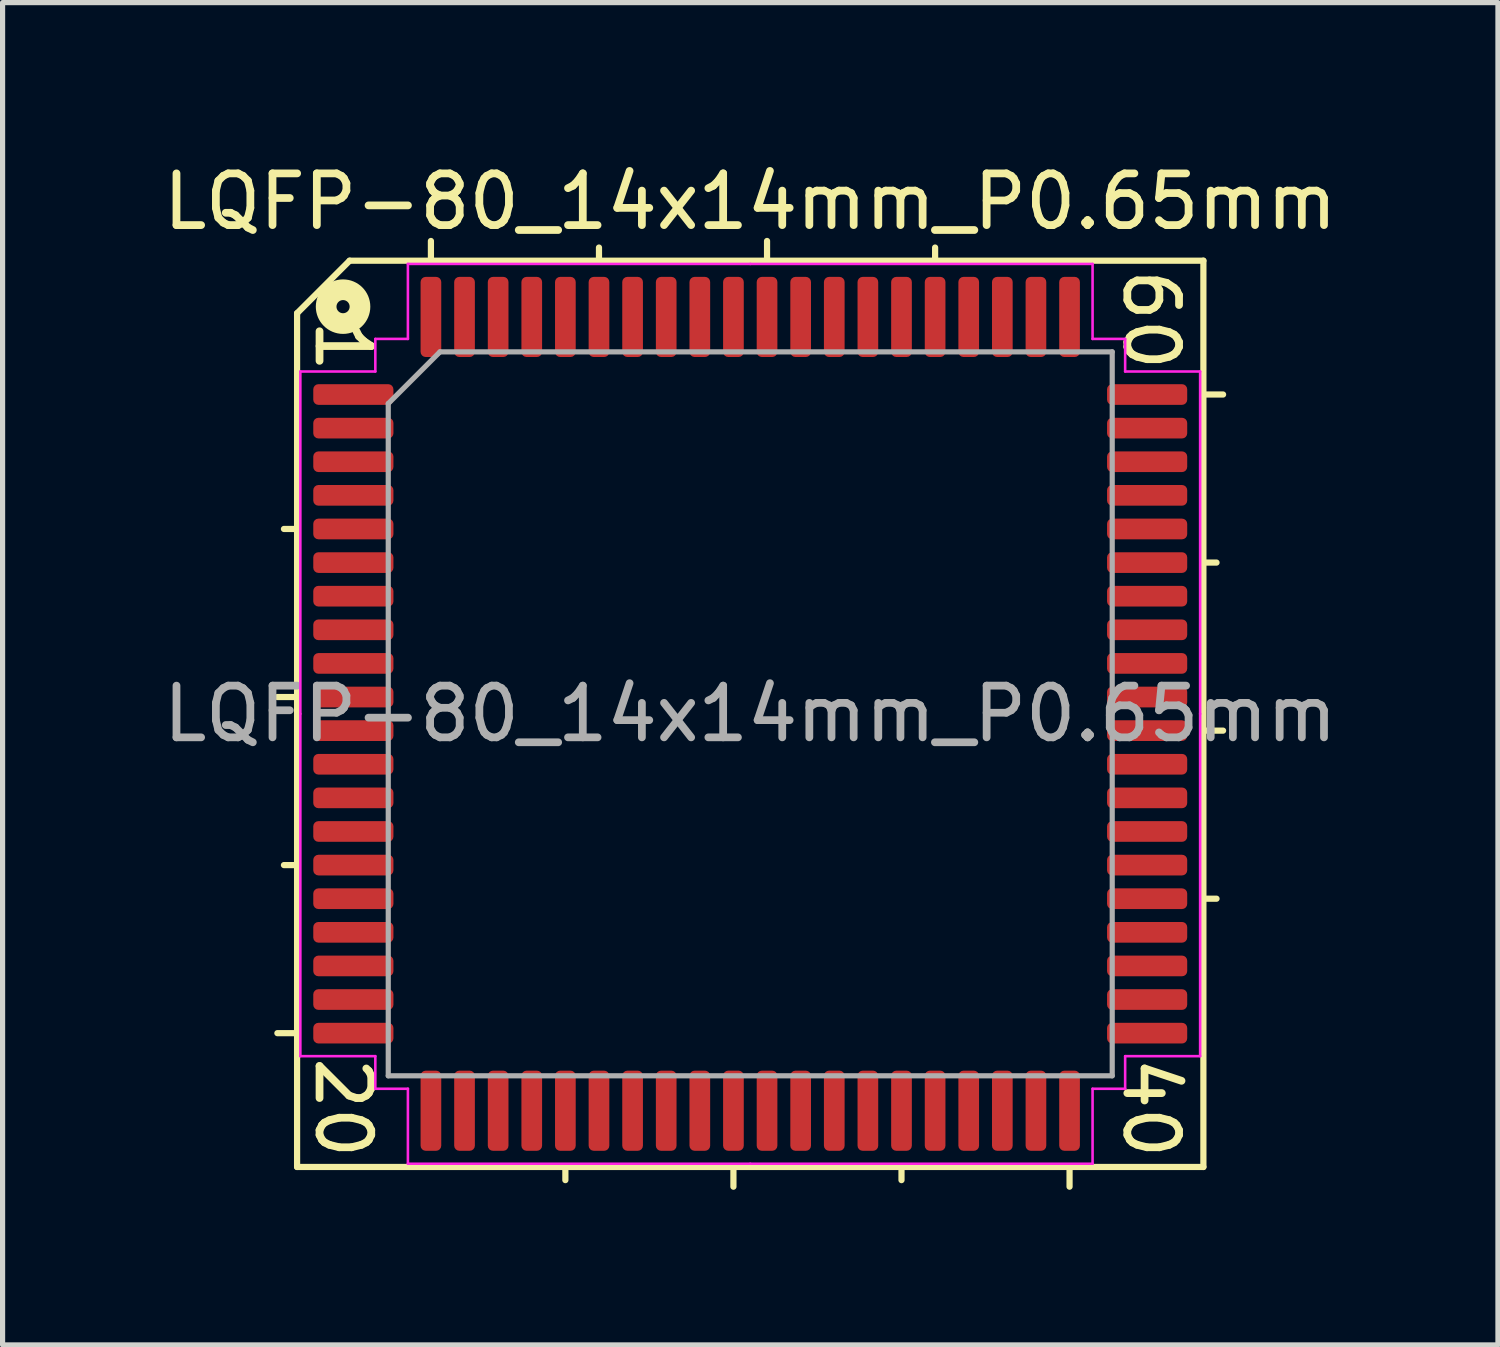
<source format=kicad_pcb>
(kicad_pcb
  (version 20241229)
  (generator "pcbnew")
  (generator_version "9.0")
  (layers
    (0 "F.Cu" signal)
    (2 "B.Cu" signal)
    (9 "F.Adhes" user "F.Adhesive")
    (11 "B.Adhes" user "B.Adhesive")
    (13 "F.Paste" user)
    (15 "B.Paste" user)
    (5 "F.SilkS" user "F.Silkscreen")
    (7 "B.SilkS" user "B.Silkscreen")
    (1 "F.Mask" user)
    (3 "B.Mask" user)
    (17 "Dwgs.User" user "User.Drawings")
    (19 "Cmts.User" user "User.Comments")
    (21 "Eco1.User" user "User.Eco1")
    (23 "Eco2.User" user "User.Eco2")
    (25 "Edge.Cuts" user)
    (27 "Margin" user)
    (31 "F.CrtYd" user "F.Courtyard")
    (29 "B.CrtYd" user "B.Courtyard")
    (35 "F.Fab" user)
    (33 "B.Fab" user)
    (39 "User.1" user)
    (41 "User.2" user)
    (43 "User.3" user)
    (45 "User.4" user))
  (footprint "LQFP-80_14x14mm_P0.65mm"
    (layer "F.Cu")
    (at 11.458 10.754)
    (property "Reference" "LQFP-80_14x14mm_P0.65mm" (at 0 -9.906 0) (layer "F.SilkS") (effects (font (size 1 1) (thickness 0.15))))
    (attr smd)
    (fp_line (start -8.763 -7.747) (end -8.763 8.763) (stroke (width 0.12) (type solid)) (layer "F.SilkS"))
    (fp_line (start -8.763 -3.575) (end -9.017 -3.575) (stroke (width 0.12) (type solid)) (layer "F.SilkS"))
    (fp_line (start -8.763 -0.325) (end -9.144 -0.325) (stroke (width 0.12) (type solid)) (layer "F.SilkS"))
    (fp_line (start -8.763 2.925) (end -9.017 2.925) (stroke (width 0.12) (type solid)) (layer "F.SilkS"))
    (fp_line (start -8.763 6.175) (end -9.144 6.175) (stroke (width 0.12) (type solid)) (layer "F.SilkS"))
    (fp_line (start -8.763 8.763) (end 8.763 8.763) (stroke (width 0.12) (type solid)) (layer "F.SilkS"))
    (fp_line (start -7.747 -8.763) (end -8.763 -7.747) (stroke (width 0.12) (type solid)) (layer "F.SilkS"))
    (fp_line (start -6.175 -8.763) (end -6.175 -9.144) (stroke (width 0.12) (type solid)) (layer "F.SilkS"))
    (fp_line (start -3.575 8.763) (end -3.575 9.017) (stroke (width 0.12) (type solid)) (layer "F.SilkS"))
    (fp_line (start -2.925 -8.763) (end -2.925 -9.017) (stroke (width 0.12) (type solid)) (layer "F.SilkS"))
    (fp_line (start -0.325 8.763) (end -0.325 9.144) (stroke (width 0.12) (type solid)) (layer "F.SilkS"))
    (fp_line (start 0.325 -8.763) (end 0.325 -9.144) (stroke (width 0.12) (type solid)) (layer "F.SilkS"))
    (fp_line (start 2.925 8.763) (end 2.925 9.017) (stroke (width 0.12) (type solid)) (layer "F.SilkS"))
    (fp_line (start 3.575 -8.763) (end 3.575 -9.017) (stroke (width 0.12) (type solid)) (layer "F.SilkS"))
    (fp_line (start 6.175 8.763) (end 6.175 9.144) (stroke (width 0.12) (type solid)) (layer "F.SilkS"))
    (fp_line (start 8.763 -8.763) (end -7.747 -8.763) (stroke (width 0.12) (type solid)) (layer "F.SilkS"))
    (fp_line (start 8.763 -6.175) (end 9.144 -6.175) (stroke (width 0.12) (type solid)) (layer "F.SilkS"))
    (fp_line (start 8.763 -2.925) (end 9.017 -2.925) (stroke (width 0.12) (type solid)) (layer "F.SilkS"))
    (fp_line (start 8.763 0.325) (end 9.144 0.325) (stroke (width 0.12) (type solid)) (layer "F.SilkS"))
    (fp_line (start 8.763 3.575) (end 9.017 3.575) (stroke (width 0.12) (type solid)) (layer "F.SilkS"))
    (fp_line (start 8.763 8.763) (end 8.763 -8.763) (stroke (width 0.12) (type solid)) (layer "F.SilkS"))
    (fp_circle (center -7.874 -7.874) (end -7.747 -7.874) (stroke (width 0.4) (type solid)) (fill no) (layer "F.SilkS"))
    (fp_line (start -8.7 -6.62) (end -8.7 0) (stroke (width 0.05) (type solid)) (layer "F.CrtYd"))
    (fp_line (start -8.7 6.62) (end -8.7 0) (stroke (width 0.05) (type solid)) (layer "F.CrtYd"))
    (fp_line (start -7.25 -7.25) (end -7.25 -6.62) (stroke (width 0.05) (type solid)) (layer "F.CrtYd"))
    (fp_line (start -7.25 -6.62) (end -8.7 -6.62) (stroke (width 0.05) (type solid)) (layer "F.CrtYd"))
    (fp_line (start -7.25 6.62) (end -8.7 6.62) (stroke (width 0.05) (type solid)) (layer "F.CrtYd"))
    (fp_line (start -7.25 7.25) (end -7.25 6.62) (stroke (width 0.05) (type solid)) (layer "F.CrtYd"))
    (fp_line (start -6.62 -8.7) (end -6.62 -7.25) (stroke (width 0.05) (type solid)) (layer "F.CrtYd"))
    (fp_line (start -6.62 -7.25) (end -7.25 -7.25) (stroke (width 0.05) (type solid)) (layer "F.CrtYd"))
    (fp_line (start -6.62 7.25) (end -7.25 7.25) (stroke (width 0.05) (type solid)) (layer "F.CrtYd"))
    (fp_line (start -6.62 8.7) (end -6.62 7.25) (stroke (width 0.05) (type solid)) (layer "F.CrtYd"))
    (fp_line (start 0 -8.7) (end -6.62 -8.7) (stroke (width 0.05) (type solid)) (layer "F.CrtYd"))
    (fp_line (start 0 -8.7) (end 6.62 -8.7) (stroke (width 0.05) (type solid)) (layer "F.CrtYd"))
    (fp_line (start 0 8.7) (end -6.62 8.7) (stroke (width 0.05) (type solid)) (layer "F.CrtYd"))
    (fp_line (start 0 8.7) (end 6.62 8.7) (stroke (width 0.05) (type solid)) (layer "F.CrtYd"))
    (fp_line (start 6.62 -8.7) (end 6.62 -7.25) (stroke (width 0.05) (type solid)) (layer "F.CrtYd"))
    (fp_line (start 6.62 -7.25) (end 7.25 -7.25) (stroke (width 0.05) (type solid)) (layer "F.CrtYd"))
    (fp_line (start 6.62 7.25) (end 7.25 7.25) (stroke (width 0.05) (type solid)) (layer "F.CrtYd"))
    (fp_line (start 6.62 8.7) (end 6.62 7.25) (stroke (width 0.05) (type solid)) (layer "F.CrtYd"))
    (fp_line (start 7.25 -7.25) (end 7.25 -6.62) (stroke (width 0.05) (type solid)) (layer "F.CrtYd"))
    (fp_line (start 7.25 -6.62) (end 8.7 -6.62) (stroke (width 0.05) (type solid)) (layer "F.CrtYd"))
    (fp_line (start 7.25 6.62) (end 8.7 6.62) (stroke (width 0.05) (type solid)) (layer "F.CrtYd"))
    (fp_line (start 7.25 7.25) (end 7.25 6.62) (stroke (width 0.05) (type solid)) (layer "F.CrtYd"))
    (fp_line (start 8.7 -6.62) (end 8.7 0) (stroke (width 0.05) (type solid)) (layer "F.CrtYd"))
    (fp_line (start 8.7 6.62) (end 8.7 0) (stroke (width 0.05) (type solid)) (layer "F.CrtYd"))
    (fp_line (start -7 -6) (end -6 -7) (stroke (width 0.1) (type solid)) (layer "F.Fab"))
    (fp_line (start -7 7) (end -7 -6) (stroke (width 0.1) (type solid)) (layer "F.Fab"))
    (fp_line (start -6 -7) (end 7 -7) (stroke (width 0.1) (type solid)) (layer "F.Fab"))
    (fp_line (start 7 -7) (end 7 7) (stroke (width 0.1) (type solid)) (layer "F.Fab"))
    (fp_line (start 7 7) (end -7 7) (stroke (width 0.1) (type solid)) (layer "F.Fab"))
    (fp_text user "40" (at 7.747 7.62 270) (unlocked yes) (layer "F.SilkS") (effects (font (size 1 1) (thickness 0.15))))
    (fp_text user "20" (at -7.874 7.62 270) (unlocked yes) (layer "F.SilkS") (effects (font (size 1 1) (thickness 0.15))))
    (fp_text user "60" (at 7.747 -7.62 270) (unlocked yes) (layer "F.SilkS") (effects (font (size 1 1) (thickness 0.15))))
    (fp_text user "1" (at -7.874 -7.112 270) (unlocked yes) (layer "F.SilkS") (effects (font (size 1 1) (thickness 0.15))))
    (fp_text user "${REFERENCE}" (at 0 0 0) (layer "F.Fab") (effects (font (size 1 1) (thickness 0.15))))
    (pad "1" smd roundrect (at -7.675 -6.175) (size 1.55 0.4) (layers "F.Cu" "F.Mask" "F.Paste") (roundrect_rratio 0.25))
    (pad "2" smd roundrect (at -7.675 -5.525) (size 1.55 0.4) (layers "F.Cu" "F.Mask" "F.Paste") (roundrect_rratio 0.25))
    (pad "3" smd roundrect (at -7.675 -4.875) (size 1.55 0.4) (layers "F.Cu" "F.Mask" "F.Paste") (roundrect_rratio 0.25))
    (pad "4" smd roundrect (at -7.675 -4.225) (size 1.55 0.4) (layers "F.Cu" "F.Mask" "F.Paste") (roundrect_rratio 0.25))
    (pad "5" smd roundrect (at -7.675 -3.575) (size 1.55 0.4) (layers "F.Cu" "F.Mask" "F.Paste") (roundrect_rratio 0.25))
    (pad "6" smd roundrect (at -7.675 -2.925) (size 1.55 0.4) (layers "F.Cu" "F.Mask" "F.Paste") (roundrect_rratio 0.25))
    (pad "7" smd roundrect (at -7.675 -2.275) (size 1.55 0.4) (layers "F.Cu" "F.Mask" "F.Paste") (roundrect_rratio 0.25))
    (pad "8" smd roundrect (at -7.675 -1.625) (size 1.55 0.4) (layers "F.Cu" "F.Mask" "F.Paste") (roundrect_rratio 0.25))
    (pad "9" smd roundrect (at -7.675 -0.975) (size 1.55 0.4) (layers "F.Cu" "F.Mask" "F.Paste") (roundrect_rratio 0.25))
    (pad "10" smd roundrect (at -7.675 -0.325) (size 1.55 0.4) (layers "F.Cu" "F.Mask" "F.Paste") (roundrect_rratio 0.25))
    (pad "11" smd roundrect (at -7.675 0.325) (size 1.55 0.4) (layers "F.Cu" "F.Mask" "F.Paste") (roundrect_rratio 0.25))
    (pad "12" smd roundrect (at -7.675 0.975) (size 1.55 0.4) (layers "F.Cu" "F.Mask" "F.Paste") (roundrect_rratio 0.25))
    (pad "13" smd roundrect (at -7.675 1.625) (size 1.55 0.4) (layers "F.Cu" "F.Mask" "F.Paste") (roundrect_rratio 0.25))
    (pad "14" smd roundrect (at -7.675 2.275) (size 1.55 0.4) (layers "F.Cu" "F.Mask" "F.Paste") (roundrect_rratio 0.25))
    (pad "15" smd roundrect (at -7.675 2.925) (size 1.55 0.4) (layers "F.Cu" "F.Mask" "F.Paste") (roundrect_rratio 0.25))
    (pad "16" smd roundrect (at -7.675 3.575) (size 1.55 0.4) (layers "F.Cu" "F.Mask" "F.Paste") (roundrect_rratio 0.25))
    (pad "17" smd roundrect (at -7.675 4.225) (size 1.55 0.4) (layers "F.Cu" "F.Mask" "F.Paste") (roundrect_rratio 0.25))
    (pad "18" smd roundrect (at -7.675 4.875) (size 1.55 0.4) (layers "F.Cu" "F.Mask" "F.Paste") (roundrect_rratio 0.25))
    (pad "19" smd roundrect (at -7.675 5.525) (size 1.55 0.4) (layers "F.Cu" "F.Mask" "F.Paste") (roundrect_rratio 0.25))
    (pad "20" smd roundrect (at -7.675 6.175) (size 1.55 0.4) (layers "F.Cu" "F.Mask" "F.Paste") (roundrect_rratio 0.25))
    (pad "21" smd roundrect (at -6.175 7.675) (size 0.4 1.55) (layers "F.Cu" "F.Mask" "F.Paste") (roundrect_rratio 0.25))
    (pad "22" smd roundrect (at -5.525 7.675) (size 0.4 1.55) (layers "F.Cu" "F.Mask" "F.Paste") (roundrect_rratio 0.25))
    (pad "23" smd roundrect (at -4.875 7.675) (size 0.4 1.55) (layers "F.Cu" "F.Mask" "F.Paste") (roundrect_rratio 0.25))
    (pad "24" smd roundrect (at -4.225 7.675) (size 0.4 1.55) (layers "F.Cu" "F.Mask" "F.Paste") (roundrect_rratio 0.25))
    (pad "25" smd roundrect (at -3.575 7.675) (size 0.4 1.55) (layers "F.Cu" "F.Mask" "F.Paste") (roundrect_rratio 0.25))
    (pad "26" smd roundrect (at -2.925 7.675) (size 0.4 1.55) (layers "F.Cu" "F.Mask" "F.Paste") (roundrect_rratio 0.25))
    (pad "27" smd roundrect (at -2.275 7.675) (size 0.4 1.55) (layers "F.Cu" "F.Mask" "F.Paste") (roundrect_rratio 0.25))
    (pad "28" smd roundrect (at -1.625 7.675) (size 0.4 1.55) (layers "F.Cu" "F.Mask" "F.Paste") (roundrect_rratio 0.25))
    (pad "29" smd roundrect (at -0.975 7.675) (size 0.4 1.55) (layers "F.Cu" "F.Mask" "F.Paste") (roundrect_rratio 0.25))
    (pad "30" smd roundrect (at -0.325 7.675) (size 0.4 1.55) (layers "F.Cu" "F.Mask" "F.Paste") (roundrect_rratio 0.25))
    (pad "31" smd roundrect (at 0.325 7.675) (size 0.4 1.55) (layers "F.Cu" "F.Mask" "F.Paste") (roundrect_rratio 0.25))
    (pad "32" smd roundrect (at 0.975 7.675) (size 0.4 1.55) (layers "F.Cu" "F.Mask" "F.Paste") (roundrect_rratio 0.25))
    (pad "33" smd roundrect (at 1.625 7.675) (size 0.4 1.55) (layers "F.Cu" "F.Mask" "F.Paste") (roundrect_rratio 0.25))
    (pad "34" smd roundrect (at 2.275 7.675) (size 0.4 1.55) (layers "F.Cu" "F.Mask" "F.Paste") (roundrect_rratio 0.25))
    (pad "35" smd roundrect (at 2.925 7.675) (size 0.4 1.55) (layers "F.Cu" "F.Mask" "F.Paste") (roundrect_rratio 0.25))
    (pad "36" smd roundrect (at 3.575 7.675) (size 0.4 1.55) (layers "F.Cu" "F.Mask" "F.Paste") (roundrect_rratio 0.25))
    (pad "37" smd roundrect (at 4.225 7.675) (size 0.4 1.55) (layers "F.Cu" "F.Mask" "F.Paste") (roundrect_rratio 0.25))
    (pad "38" smd roundrect (at 4.875 7.675) (size 0.4 1.55) (layers "F.Cu" "F.Mask" "F.Paste") (roundrect_rratio 0.25))
    (pad "39" smd roundrect (at 5.525 7.675) (size 0.4 1.55) (layers "F.Cu" "F.Mask" "F.Paste") (roundrect_rratio 0.25))
    (pad "40" smd roundrect (at 6.175 7.675) (size 0.4 1.55) (layers "F.Cu" "F.Mask" "F.Paste") (roundrect_rratio 0.25))
    (pad "41" smd roundrect (at 7.675 6.175) (size 1.55 0.4) (layers "F.Cu" "F.Mask" "F.Paste") (roundrect_rratio 0.25))
    (pad "42" smd roundrect (at 7.675 5.525) (size 1.55 0.4) (layers "F.Cu" "F.Mask" "F.Paste") (roundrect_rratio 0.25))
    (pad "43" smd roundrect (at 7.675 4.875) (size 1.55 0.4) (layers "F.Cu" "F.Mask" "F.Paste") (roundrect_rratio 0.25))
    (pad "44" smd roundrect (at 7.675 4.225) (size 1.55 0.4) (layers "F.Cu" "F.Mask" "F.Paste") (roundrect_rratio 0.25))
    (pad "45" smd roundrect (at 7.675 3.575) (size 1.55 0.4) (layers "F.Cu" "F.Mask" "F.Paste") (roundrect_rratio 0.25))
    (pad "46" smd roundrect (at 7.675 2.925) (size 1.55 0.4) (layers "F.Cu" "F.Mask" "F.Paste") (roundrect_rratio 0.25))
    (pad "47" smd roundrect (at 7.675 2.275) (size 1.55 0.4) (layers "F.Cu" "F.Mask" "F.Paste") (roundrect_rratio 0.25))
    (pad "48" smd roundrect (at 7.675 1.625) (size 1.55 0.4) (layers "F.Cu" "F.Mask" "F.Paste") (roundrect_rratio 0.25))
    (pad "49" smd roundrect (at 7.675 0.975) (size 1.55 0.4) (layers "F.Cu" "F.Mask" "F.Paste") (roundrect_rratio 0.25))
    (pad "50" smd roundrect (at 7.675 0.325) (size 1.55 0.4) (layers "F.Cu" "F.Mask" "F.Paste") (roundrect_rratio 0.25))
    (pad "51" smd roundrect (at 7.675 -0.325) (size 1.55 0.4) (layers "F.Cu" "F.Mask" "F.Paste") (roundrect_rratio 0.25))
    (pad "52" smd roundrect (at 7.675 -0.975) (size 1.55 0.4) (layers "F.Cu" "F.Mask" "F.Paste") (roundrect_rratio 0.25))
    (pad "53" smd roundrect (at 7.675 -1.625) (size 1.55 0.4) (layers "F.Cu" "F.Mask" "F.Paste") (roundrect_rratio 0.25))
    (pad "54" smd roundrect (at 7.675 -2.275) (size 1.55 0.4) (layers "F.Cu" "F.Mask" "F.Paste") (roundrect_rratio 0.25))
    (pad "55" smd roundrect (at 7.675 -2.925) (size 1.55 0.4) (layers "F.Cu" "F.Mask" "F.Paste") (roundrect_rratio 0.25))
    (pad "56" smd roundrect (at 7.675 -3.575) (size 1.55 0.4) (layers "F.Cu" "F.Mask" "F.Paste") (roundrect_rratio 0.25))
    (pad "57" smd roundrect (at 7.675 -4.225) (size 1.55 0.4) (layers "F.Cu" "F.Mask" "F.Paste") (roundrect_rratio 0.25))
    (pad "58" smd roundrect (at 7.675 -4.875) (size 1.55 0.4) (layers "F.Cu" "F.Mask" "F.Paste") (roundrect_rratio 0.25))
    (pad "59" smd roundrect (at 7.675 -5.525) (size 1.55 0.4) (layers "F.Cu" "F.Mask" "F.Paste") (roundrect_rratio 0.25))
    (pad "60" smd roundrect (at 7.675 -6.175) (size 1.55 0.4) (layers "F.Cu" "F.Mask" "F.Paste") (roundrect_rratio 0.25))
    (pad "61" smd roundrect (at 6.175 -7.675) (size 0.4 1.55) (layers "F.Cu" "F.Mask" "F.Paste") (roundrect_rratio 0.25))
    (pad "62" smd roundrect (at 5.525 -7.675) (size 0.4 1.55) (layers "F.Cu" "F.Mask" "F.Paste") (roundrect_rratio 0.25))
    (pad "63" smd roundrect (at 4.875 -7.675) (size 0.4 1.55) (layers "F.Cu" "F.Mask" "F.Paste") (roundrect_rratio 0.25))
    (pad "64" smd roundrect (at 4.225 -7.675) (size 0.4 1.55) (layers "F.Cu" "F.Mask" "F.Paste") (roundrect_rratio 0.25))
    (pad "65" smd roundrect (at 3.575 -7.675) (size 0.4 1.55) (layers "F.Cu" "F.Mask" "F.Paste") (roundrect_rratio 0.25))
    (pad "66" smd roundrect (at 2.925 -7.675) (size 0.4 1.55) (layers "F.Cu" "F.Mask" "F.Paste") (roundrect_rratio 0.25))
    (pad "67" smd roundrect (at 2.275 -7.675) (size 0.4 1.55) (layers "F.Cu" "F.Mask" "F.Paste") (roundrect_rratio 0.25))
    (pad "68" smd roundrect (at 1.625 -7.675) (size 0.4 1.55) (layers "F.Cu" "F.Mask" "F.Paste") (roundrect_rratio 0.25))
    (pad "69" smd roundrect (at 0.975 -7.675) (size 0.4 1.55) (layers "F.Cu" "F.Mask" "F.Paste") (roundrect_rratio 0.25))
    (pad "70" smd roundrect (at 0.325 -7.675) (size 0.4 1.55) (layers "F.Cu" "F.Mask" "F.Paste") (roundrect_rratio 0.25))
    (pad "71" smd roundrect (at -0.325 -7.675) (size 0.4 1.55) (layers "F.Cu" "F.Mask" "F.Paste") (roundrect_rratio 0.25))
    (pad "72" smd roundrect (at -0.975 -7.675) (size 0.4 1.55) (layers "F.Cu" "F.Mask" "F.Paste") (roundrect_rratio 0.25))
    (pad "73" smd roundrect (at -1.625 -7.675) (size 0.4 1.55) (layers "F.Cu" "F.Mask" "F.Paste") (roundrect_rratio 0.25))
    (pad "74" smd roundrect (at -2.275 -7.675) (size 0.4 1.55) (layers "F.Cu" "F.Mask" "F.Paste") (roundrect_rratio 0.25))
    (pad "75" smd roundrect (at -2.925 -7.675) (size 0.4 1.55) (layers "F.Cu" "F.Mask" "F.Paste") (roundrect_rratio 0.25))
    (pad "76" smd roundrect (at -3.575 -7.675) (size 0.4 1.55) (layers "F.Cu" "F.Mask" "F.Paste") (roundrect_rratio 0.25))
    (pad "77" smd roundrect (at -4.225 -7.675) (size 0.4 1.55) (layers "F.Cu" "F.Mask" "F.Paste") (roundrect_rratio 0.25))
    (pad "78" smd roundrect (at -4.875 -7.675) (size 0.4 1.55) (layers "F.Cu" "F.Mask" "F.Paste") (roundrect_rratio 0.25))
    (pad "79" smd roundrect (at -5.525 -7.675) (size 0.4 1.55) (layers "F.Cu" "F.Mask" "F.Paste") (roundrect_rratio 0.25))
    (pad "80" smd roundrect (at -6.175 -7.675) (size 0.4 1.55) (layers "F.Cu" "F.Mask" "F.Paste") (roundrect_rratio 0.25)))
  (gr_rect
    (start -3 -3)
    (end 25.917 22.958)
    (stroke (width 0.1) (type default))
    (fill no)
    (layer "Edge.Cuts")))
</source>
